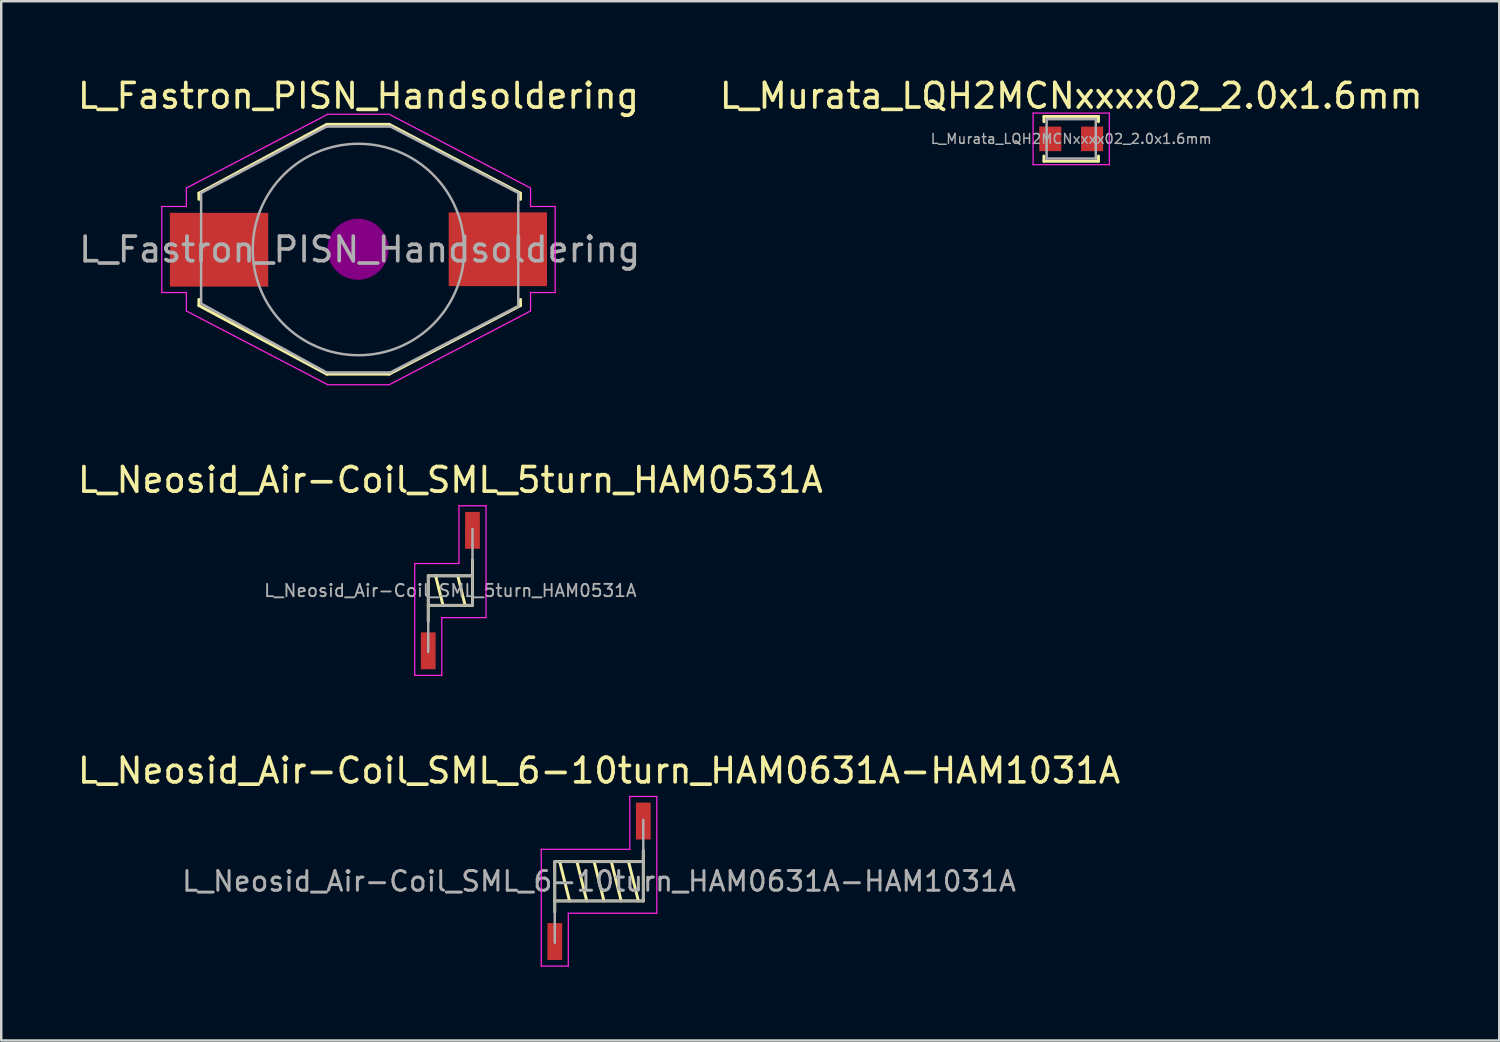
<source format=kicad_pcb>
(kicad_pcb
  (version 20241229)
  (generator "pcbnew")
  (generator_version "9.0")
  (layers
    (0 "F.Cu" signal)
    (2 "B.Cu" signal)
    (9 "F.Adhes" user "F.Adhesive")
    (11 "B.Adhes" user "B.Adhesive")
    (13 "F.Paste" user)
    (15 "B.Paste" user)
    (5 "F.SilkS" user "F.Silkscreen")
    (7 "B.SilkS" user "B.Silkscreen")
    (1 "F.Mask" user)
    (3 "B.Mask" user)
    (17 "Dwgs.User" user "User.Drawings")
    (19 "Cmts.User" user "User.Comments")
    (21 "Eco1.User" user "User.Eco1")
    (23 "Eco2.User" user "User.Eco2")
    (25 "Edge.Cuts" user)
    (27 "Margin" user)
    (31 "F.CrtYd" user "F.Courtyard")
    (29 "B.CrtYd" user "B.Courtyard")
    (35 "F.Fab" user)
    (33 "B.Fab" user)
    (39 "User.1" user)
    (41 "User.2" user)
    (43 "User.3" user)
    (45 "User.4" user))
  (footprint "L_Fastron_PISN_Handsoldering"
    (layer "F.Cu")
    (at 11.53 7.098)
    (property "Reference" "L_Fastron_PISN_Handsoldering" (at 0 -6.25 0) (layer "F.SilkS") (effects (font (size 1 1) (thickness 0.15))))
    (attr smd)
    (fp_line (start -6.49 -2.29) (end -6.49 -2.04) (stroke (width 0.12) (type solid)) (layer "F.SilkS"))
    (fp_line (start -6.49 2.28) (end -6.49 2.03) (stroke (width 0.12) (type solid)) (layer "F.SilkS"))
    (fp_line (start -1.29 -5.09) (end -6.49 -2.29) (stroke (width 0.12) (type solid)) (layer "F.SilkS"))
    (fp_line (start -1.29 -5.09) (end 1.25 -5.09) (stroke (width 0.12) (type solid)) (layer "F.SilkS"))
    (fp_line (start -1.29 5.07) (end -6.49 2.28) (stroke (width 0.12) (type solid)) (layer "F.SilkS"))
    (fp_line (start -1.29 5.07) (end 1.25 5.07) (stroke (width 0.12) (type solid)) (layer "F.SilkS"))
    (fp_line (start 1.25 -5.09) (end 6.59 -2.29) (stroke (width 0.12) (type solid)) (layer "F.SilkS"))
    (fp_line (start 1.25 5.07) (end 6.59 2.28) (stroke (width 0.12) (type solid)) (layer "F.SilkS"))
    (fp_line (start 6.59 -2.29) (end 6.59 -2.04) (stroke (width 0.12) (type solid)) (layer "F.SilkS"))
    (fp_line (start 6.59 2.28) (end 6.59 2.03) (stroke (width 0.12) (type solid)) (layer "F.SilkS"))
    (fp_line (start -0.02 -0.26) (end -0.02 0.25) (stroke (width 0.38) (type solid)) (layer "F.Adhes"))
    (fp_circle (center -0.02 -0.01) (end -0.02 0.5) (stroke (width 0.38) (type solid)) (fill no) (layer "F.Adhes"))
    (fp_circle (center -0.02 -0.01) (end 0.24 -0.01) (stroke (width 0.38) (type solid)) (fill no) (layer "F.Adhes"))
    (fp_circle (center -0.02 -0.01) (end 0.24 0.76) (stroke (width 0.38) (type solid)) (fill no) (layer "F.Adhes"))
    (fp_circle (center -0.02 -0.01) (end 0.24 1.01) (stroke (width 0.38) (type solid)) (fill no) (layer "F.Adhes"))
    (fp_line (start -8 -1.75) (end -8 1.75) (stroke (width 0.05) (type solid)) (layer "F.CrtYd"))
    (fp_line (start -8 1.75) (end -7 1.75) (stroke (width 0.05) (type solid)) (layer "F.CrtYd"))
    (fp_line (start -7 -2.5) (end -7 -1.75) (stroke (width 0.05) (type solid)) (layer "F.CrtYd"))
    (fp_line (start -7 -2.5) (end -1.25 -5.5) (stroke (width 0.05) (type solid)) (layer "F.CrtYd"))
    (fp_line (start -7 -1.75) (end -8 -1.75) (stroke (width 0.05) (type solid)) (layer "F.CrtYd"))
    (fp_line (start -7 1.75) (end -7 2.5) (stroke (width 0.05) (type solid)) (layer "F.CrtYd"))
    (fp_line (start -1.25 -5.5) (end 1.25 -5.5) (stroke (width 0.05) (type solid)) (layer "F.CrtYd"))
    (fp_line (start -1.25 5.5) (end -7 2.5) (stroke (width 0.05) (type solid)) (layer "F.CrtYd"))
    (fp_line (start 1.25 -5.5) (end 7 -2.5) (stroke (width 0.05) (type solid)) (layer "F.CrtYd"))
    (fp_line (start 1.25 5.5) (end -1.25 5.5) (stroke (width 0.05) (type solid)) (layer "F.CrtYd"))
    (fp_line (start 7 -1.75) (end 7 -2.5) (stroke (width 0.05) (type solid)) (layer "F.CrtYd"))
    (fp_line (start 7 1.75) (end 8 1.75) (stroke (width 0.05) (type solid)) (layer "F.CrtYd"))
    (fp_line (start 7 2.25) (end 7 1.75) (stroke (width 0.05) (type solid)) (layer "F.CrtYd"))
    (fp_line (start 7 2.25) (end 7 2.5) (stroke (width 0.05) (type solid)) (layer "F.CrtYd"))
    (fp_line (start 7 2.5) (end 1.25 5.5) (stroke (width 0.05) (type solid)) (layer "F.CrtYd"))
    (fp_line (start 8 -1.75) (end 7 -1.75) (stroke (width 0.05) (type solid)) (layer "F.CrtYd"))
    (fp_line (start 8 1.75) (end 8 -1.75) (stroke (width 0.05) (type solid)) (layer "F.CrtYd"))
    (fp_line (start -6.4 -2.3) (end -1.3 -5) (stroke (width 0.1) (type solid)) (layer "F.Fab"))
    (fp_line (start -6.4 -2) (end -6.4 -2.3) (stroke (width 0.1) (type solid)) (layer "F.Fab"))
    (fp_line (start -6.4 -2) (end -6.4 2.2) (stroke (width 0.1) (type solid)) (layer "F.Fab"))
    (fp_line (start -6.4 2.2) (end -1.3 5) (stroke (width 0.1) (type solid)) (layer "F.Fab"))
    (fp_line (start -1.3 -5) (end 1.3 -5) (stroke (width 0.1) (type solid)) (layer "F.Fab"))
    (fp_line (start -1.3 5) (end 1.3 5) (stroke (width 0.1) (type solid)) (layer "F.Fab"))
    (fp_line (start 1.3 -5) (end 6.5 -2.3) (stroke (width 0.1) (type solid)) (layer "F.Fab"))
    (fp_line (start 1.3 5) (end 6.5 2.3) (stroke (width 0.1) (type solid)) (layer "F.Fab"))
    (fp_line (start 6.5 -2.3) (end 6.5 -2) (stroke (width 0.1) (type solid)) (layer "F.Fab"))
    (fp_line (start 6.5 2.3) (end 6.5 -2.2) (stroke (width 0.1) (type solid)) (layer "F.Fab"))
    (fp_circle (center 0 0) (end 0 -4.3) (stroke (width 0.1) (type solid)) (fill no) (layer "F.Fab"))
    (fp_text user "${REFERENCE}" (at 0.05 0 0) (layer "F.Fab") (effects (font (size 1 1) (thickness 0.15))))
    (pad "1" smd rect (at 5.67 -0.01) (size 4 3) (layers "F.Cu" "F.Mask" "F.Paste"))
    (pad "2" smd rect (at -5.67 0.01) (size 4 3) (layers "F.Cu" "F.Mask" "F.Paste")))
  (footprint "L_Murata_LQH2MCNxxxx02_2.0x1.6mm"
    (layer "F.Cu")
    (at 40.52 2.598)
    (property "Reference" "L_Murata_LQH2MCNxxxx02_2.0x1.6mm" (at 0 -1.75 0) (layer "F.SilkS") (effects (font (size 1 1) (thickness 0.15))))
    (attr smd)
    (fp_line (start -1.11 -0.91) (end 1.11 -0.91) (stroke (width 0.12) (type solid)) (layer "F.SilkS"))
    (fp_line (start -1.11 -0.7) (end -1.11 -0.91) (stroke (width 0.12) (type solid)) (layer "F.SilkS"))
    (fp_line (start -1.11 0.91) (end -1.11 0.7) (stroke (width 0.12) (type solid)) (layer "F.SilkS"))
    (fp_line (start 1.11 -0.7) (end 1.11 -0.91) (stroke (width 0.12) (type solid)) (layer "F.SilkS"))
    (fp_line (start 1.11 0.7) (end 1.11 0.91) (stroke (width 0.12) (type solid)) (layer "F.SilkS"))
    (fp_line (start 1.11 0.91) (end -1.11 0.91) (stroke (width 0.12) (type solid)) (layer "F.SilkS"))
    (fp_line (start -1.55 -1.05) (end 1.55 -1.05) (stroke (width 0.05) (type solid)) (layer "F.CrtYd"))
    (fp_line (start -1.55 1.05) (end -1.55 -1.05) (stroke (width 0.05) (type solid)) (layer "F.CrtYd"))
    (fp_line (start 1.55 -1.05) (end 1.55 1.05) (stroke (width 0.05) (type solid)) (layer "F.CrtYd"))
    (fp_line (start 1.55 1.05) (end -1.55 1.05) (stroke (width 0.05) (type solid)) (layer "F.CrtYd"))
    (fp_line (start -1 -0.8) (end 1 -0.8) (stroke (width 0.1) (type solid)) (layer "F.Fab"))
    (fp_line (start -1 0.8) (end -1 -0.8) (stroke (width 0.1) (type solid)) (layer "F.Fab"))
    (fp_line (start 1 -0.8) (end 1 0.8) (stroke (width 0.1) (type solid)) (layer "F.Fab"))
    (fp_line (start 1 0.8) (end -1 0.8) (stroke (width 0.1) (type solid)) (layer "F.Fab"))
    (fp_text user "${REFERENCE}" (at 0 0 0) (layer "F.Fab") (effects (font (size 0.4 0.4) (thickness 0.06))))
    (pad "1" smd rect (at -0.85 0) (size 0.9 1) (layers "F.Cu" "F.Mask" "F.Paste"))
    (pad "2" smd rect (at 0.85 0) (size 0.9 1) (layers "F.Cu" "F.Mask" "F.Paste")))
  (footprint "L_Neosid_Air-Coil_SML_6-10turn_HAM0631A-HAM1031A"
    (layer "F.Cu")
    (at 21.315 32.795)
    (property "Reference" "L_Neosid_Air-Coil_SML_6-10turn_HAM0631A-HAM1031A" (at 0 -4.5 0) (layer "F.SilkS") (effects (font (size 1 1) (thickness 0.15))))
    (attr smd)
    (fp_line (start -1.8 -0.8) (end -1.8 1.25) (stroke (width 0.12) (type solid)) (layer "F.SilkS"))
    (fp_line (start -1.8 -0.8) (end 1.8 -0.8) (stroke (width 0.12) (type solid)) (layer "F.SilkS"))
    (fp_line (start -1.6 -0.8) (end -1.2 0.8) (stroke (width 0.12) (type solid)) (layer "F.SilkS"))
    (fp_line (start -0.9 -0.8) (end -0.5 0.8) (stroke (width 0.12) (type solid)) (layer "F.SilkS"))
    (fp_line (start -0.2 -0.8) (end 0.2 0.8) (stroke (width 0.12) (type solid)) (layer "F.SilkS"))
    (fp_line (start 0.5 -0.8) (end 0.9 0.8) (stroke (width 0.12) (type solid)) (layer "F.SilkS"))
    (fp_line (start 1.2 -0.8) (end 1.6 0.8) (stroke (width 0.12) (type solid)) (layer "F.SilkS"))
    (fp_line (start 1.8 0.8) (end -1.8 0.8) (stroke (width 0.12) (type solid)) (layer "F.SilkS"))
    (fp_line (start 1.8 0.8) (end 1.8 -1.25) (stroke (width 0.12) (type solid)) (layer "F.SilkS"))
    (fp_line (start -2.35 -1.3) (end -2.35 3.45) (stroke (width 0.05) (type solid)) (layer "F.CrtYd"))
    (fp_line (start -2.35 3.45) (end -1.25 3.45) (stroke (width 0.05) (type solid)) (layer "F.CrtYd"))
    (fp_line (start -1.25 1.3) (end 2.35 1.3) (stroke (width 0.05) (type solid)) (layer "F.CrtYd"))
    (fp_line (start -1.25 3.45) (end -1.25 1.3) (stroke (width 0.05) (type solid)) (layer "F.CrtYd"))
    (fp_line (start 1.25 -3.45) (end 1.25 -1.3) (stroke (width 0.05) (type solid)) (layer "F.CrtYd"))
    (fp_line (start 1.25 -1.3) (end -2.35 -1.3) (stroke (width 0.05) (type solid)) (layer "F.CrtYd"))
    (fp_line (start 2.35 -3.45) (end 1.25 -3.45) (stroke (width 0.05) (type solid)) (layer "F.CrtYd"))
    (fp_line (start 2.35 1.3) (end 2.35 -3.45) (stroke (width 0.05) (type solid)) (layer "F.CrtYd"))
    (fp_line (start -1.8 -0.8) (end -1.8 2.5) (stroke (width 0.1) (type solid)) (layer "F.Fab"))
    (fp_line (start -1.8 -0.8) (end 1.8 -0.8) (stroke (width 0.1) (type solid)) (layer "F.Fab"))
    (fp_line (start 1.8 0.8) (end -1.8 0.8) (stroke (width 0.1) (type solid)) (layer "F.Fab"))
    (fp_line (start 1.8 0.8) (end 1.8 -2.5) (stroke (width 0.1) (type solid)) (layer "F.Fab"))
    (fp_text user "${REFERENCE}" (at 0 0 0) (layer "F.Fab") (effects (font (size 0.8 0.8) (thickness 0.12))))
    (pad "1" smd rect (at -1.8 2.45) (size 0.6 1.5) (layers "F.Cu" "F.Mask" "F.Paste"))
    (pad "2" smd rect (at 1.8 -2.45) (size 0.6 1.5) (layers "F.Cu" "F.Mask" "F.Paste")))
  (footprint "L_Neosid_Air-Coil_SML_5turn_HAM0531A"
    (layer "F.Cu")
    (at 15.268 20.971)
    (property "Reference" "L_Neosid_Air-Coil_SML_5turn_HAM0531A" (at 0 -4.5 0) (layer "F.SilkS") (effects (font (size 1 1) (thickness 0.15))))
    (attr smd)
    (fp_line (start -0.9 -0.6) (end 0.9 -0.6) (stroke (width 0.12) (type solid)) (layer "F.SilkS"))
    (fp_line (start -0.9 1.25) (end -0.9 -0.6) (stroke (width 0.12) (type solid)) (layer "F.SilkS"))
    (fp_line (start -0.6 -0.6) (end -0.3 0.6) (stroke (width 0.12) (type solid)) (layer "F.SilkS"))
    (fp_line (start 0.3 -0.6) (end 0.6 0.6) (stroke (width 0.12) (type solid)) (layer "F.SilkS"))
    (fp_line (start 0.9 0.6) (end -0.9 0.6) (stroke (width 0.12) (type solid)) (layer "F.SilkS"))
    (fp_line (start 0.9 0.6) (end 0.9 -1.25) (stroke (width 0.12) (type solid)) (layer "F.SilkS"))
    (fp_line (start -1.45 -1.1) (end -1.45 3.45) (stroke (width 0.05) (type solid)) (layer "F.CrtYd"))
    (fp_line (start -1.45 3.45) (end -0.35 3.45) (stroke (width 0.05) (type solid)) (layer "F.CrtYd"))
    (fp_line (start -0.35 1.1) (end 1.45 1.1) (stroke (width 0.05) (type solid)) (layer "F.CrtYd"))
    (fp_line (start -0.35 3.45) (end -0.35 1.1) (stroke (width 0.05) (type solid)) (layer "F.CrtYd"))
    (fp_line (start 0.35 -3.45) (end 0.35 -1.1) (stroke (width 0.05) (type solid)) (layer "F.CrtYd"))
    (fp_line (start 0.35 -1.1) (end -1.45 -1.1) (stroke (width 0.05) (type solid)) (layer "F.CrtYd"))
    (fp_line (start 1.45 -3.45) (end 0.35 -3.45) (stroke (width 0.05) (type solid)) (layer "F.CrtYd"))
    (fp_line (start 1.45 1.1) (end 1.45 -3.45) (stroke (width 0.05) (type solid)) (layer "F.CrtYd"))
    (fp_line (start -0.9 -0.6) (end 0.9 -0.6) (stroke (width 0.1) (type solid)) (layer "F.Fab"))
    (fp_line (start -0.9 2.5) (end -0.9 -0.6) (stroke (width 0.1) (type solid)) (layer "F.Fab"))
    (fp_line (start 0.9 -2.5) (end 0.9 0.6) (stroke (width 0.1) (type solid)) (layer "F.Fab"))
    (fp_line (start 0.9 0.6) (end -0.9 0.6) (stroke (width 0.1) (type solid)) (layer "F.Fab"))
    (fp_text user "${REFERENCE}" (at 0 0 0) (layer "F.Fab") (effects (font (size 0.5 0.5) (thickness 0.075))))
    (pad "1" smd rect (at -0.9 2.45) (size 0.6 1.5) (layers "F.Cu" "F.Mask" "F.Paste"))
    (pad "2" smd rect (at 0.9 -2.45) (size 0.6 1.5) (layers "F.Cu" "F.Mask" "F.Paste")))
  (gr_rect
    (start -3 -3)
    (end 57.931 39.27)
    (stroke (width 0.1) (type default))
    (fill no)
    (layer "Edge.Cuts")))
</source>
